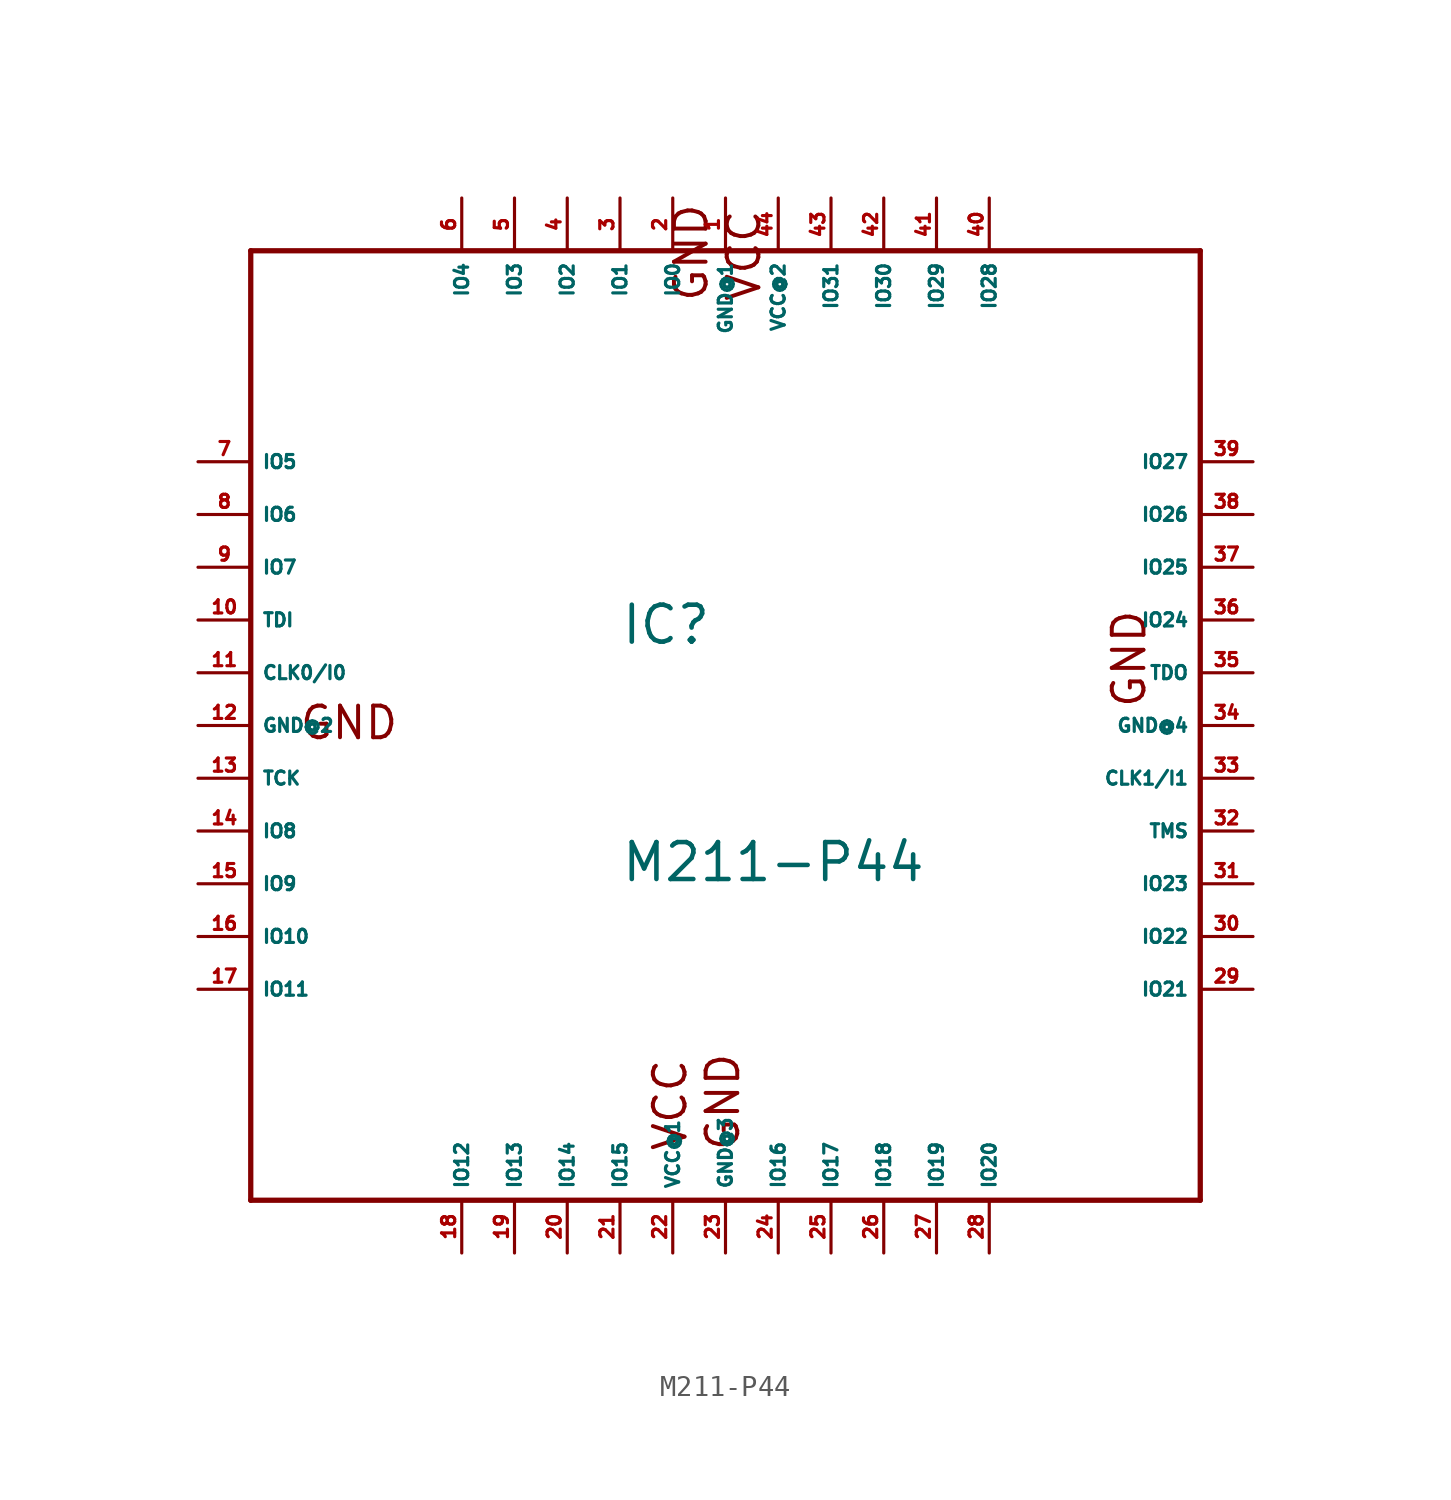
<source format=kicad_sym>
(kicad_symbol_lib
  (version 20220914)
  (generator Eagle2Kicad)
  (symbol "M211-P44"
    (property "Reference" "IC"
      (at -5.08 3.81 0)
      (effects (font (size 1.778 1.778) (thickness 0.22)) (justify left bottom)))
    (property "Value" "M211-P44"
      (at -5.08 -7.62 0)
      (effects (font (size 1.778 1.778) (thickness 0.22)) (justify left bottom)))
    (polyline
      (pts (xy -22.86 22.86) (xy -22.86 -22.86))
      (stroke (width 0.254) (type default))
      (fill (type none)))
    (polyline
      (pts (xy -22.86 -22.86) (xy 22.86 -22.86))
      (stroke (width 0.254) (type default))
      (fill (type none)))
    (polyline
      (pts (xy 22.86 -22.86) (xy 22.86 22.86))
      (stroke (width 0.254) (type default))
      (fill (type none)))
    (polyline
      (pts (xy 22.86 22.86) (xy -22.86 22.86))
      (stroke (width 0.254) (type default))
      (fill (type none)))
    (text "GND"
      (at -20.574 -0.762 0)
      (effects (font (size 1.524 1.524) (thickness 0.19)) (justify left bottom)))
    (text "GND"
      (at 0.762 -20.574 900)
      (effects (font (size 1.524 1.524) (thickness 0.19)) (justify left bottom)))
    (text "GND"
      (at 20.32 0.762 1800)
      (effects (font (size 1.524 1.524) (thickness 0.19)) (justify left bottom)))
    (text "GND"
      (at -0.762 20.32 2700)
      (effects (font (size 1.524 1.524) (thickness 0.19)) (justify left bottom)))
    (text "VCC"
      (at 1.778 20.32 2700)
      (effects (font (size 1.524 1.524) (thickness 0.19)) (justify left bottom)))
    (text "VCC"
      (at -1.778 -20.574 900)
      (effects (font (size 1.524 1.524) (thickness 0.19)) (justify left bottom)))
    (pin input line
      (at -25.4 2.54 0)
      (length 2.54)
      (name "CLK0/I0" (effects (font (size 0.635 0.635) (thickness 0.08)) (justify left bottom)))
      (number "11" (effects (font (size 0.635 0.635) (thickness 0.08)) (justify left bottom))))
    (pin input line
      (at 25.4 -2.54 180)
      (length 2.54)
      (name "CLK1/I1" (effects (font (size 0.635 0.635) (thickness 0.08)) (justify left bottom)))
      (number "33" (effects (font (size 0.635 0.635) (thickness 0.08)) (justify left bottom))))
    (pin input line
      (at -25.4 5.08 0)
      (length 2.54)
      (name "TDI" (effects (font (size 0.635 0.635) (thickness 0.08)) (justify left bottom)))
      (number "10" (effects (font (size 0.635 0.635) (thickness 0.08)) (justify left bottom))))
    (pin input line
      (at -25.4 -2.54 0)
      (length 2.54)
      (name "TCK" (effects (font (size 0.635 0.635) (thickness 0.08)) (justify left bottom)))
      (number "13" (effects (font (size 0.635 0.635) (thickness 0.08)) (justify left bottom))))
    (pin input line
      (at 25.4 -5.08 180)
      (length 2.54)
      (name "TMS" (effects (font (size 0.635 0.635) (thickness 0.08)) (justify left bottom)))
      (number "32" (effects (font (size 0.635 0.635) (thickness 0.08)) (justify left bottom))))
    (pin output line
      (at 25.4 2.54 180)
      (length 2.54)
      (name "TDO" (effects (font (size 0.635 0.635) (thickness 0.08)) (justify left bottom)))
      (number "35" (effects (font (size 0.635 0.635) (thickness 0.08)) (justify left bottom))))
    (pin bidirectional line
      (at -2.54 25.4 270)
      (length 2.54)
      (name "IO0" (effects (font (size 0.635 0.635) (thickness 0.08)) (justify left bottom)))
      (number "2" (effects (font (size 0.635 0.635) (thickness 0.08)) (justify left bottom))))
    (pin bidirectional line
      (at -5.08 25.4 270)
      (length 2.54)
      (name "IO1" (effects (font (size 0.635 0.635) (thickness 0.08)) (justify left bottom)))
      (number "3" (effects (font (size 0.635 0.635) (thickness 0.08)) (justify left bottom))))
    (pin bidirectional line
      (at -7.62 25.4 270)
      (length 2.54)
      (name "IO2" (effects (font (size 0.635 0.635) (thickness 0.08)) (justify left bottom)))
      (number "4" (effects (font (size 0.635 0.635) (thickness 0.08)) (justify left bottom))))
    (pin bidirectional line
      (at -10.16 25.4 270)
      (length 2.54)
      (name "IO3" (effects (font (size 0.635 0.635) (thickness 0.08)) (justify left bottom)))
      (number "5" (effects (font (size 0.635 0.635) (thickness 0.08)) (justify left bottom))))
    (pin bidirectional line
      (at -12.7 25.4 270)
      (length 2.54)
      (name "IO4" (effects (font (size 0.635 0.635) (thickness 0.08)) (justify left bottom)))
      (number "6" (effects (font (size 0.635 0.635) (thickness 0.08)) (justify left bottom))))
    (pin bidirectional line
      (at -25.4 12.7 0)
      (length 2.54)
      (name "IO5" (effects (font (size 0.635 0.635) (thickness 0.08)) (justify left bottom)))
      (number "7" (effects (font (size 0.635 0.635) (thickness 0.08)) (justify left bottom))))
    (pin bidirectional line
      (at -25.4 10.16 0)
      (length 2.54)
      (name "IO6" (effects (font (size 0.635 0.635) (thickness 0.08)) (justify left bottom)))
      (number "8" (effects (font (size 0.635 0.635) (thickness 0.08)) (justify left bottom))))
    (pin bidirectional line
      (at -25.4 7.62 0)
      (length 2.54)
      (name "IO7" (effects (font (size 0.635 0.635) (thickness 0.08)) (justify left bottom)))
      (number "9" (effects (font (size 0.635 0.635) (thickness 0.08)) (justify left bottom))))
    (pin bidirectional line
      (at -25.4 -5.08 0)
      (length 2.54)
      (name "IO8" (effects (font (size 0.635 0.635) (thickness 0.08)) (justify left bottom)))
      (number "14" (effects (font (size 0.635 0.635) (thickness 0.08)) (justify left bottom))))
    (pin bidirectional line
      (at -25.4 -7.62 0)
      (length 2.54)
      (name "IO9" (effects (font (size 0.635 0.635) (thickness 0.08)) (justify left bottom)))
      (number "15" (effects (font (size 0.635 0.635) (thickness 0.08)) (justify left bottom))))
    (pin bidirectional line
      (at -25.4 -10.16 0)
      (length 2.54)
      (name "IO10" (effects (font (size 0.635 0.635) (thickness 0.08)) (justify left bottom)))
      (number "16" (effects (font (size 0.635 0.635) (thickness 0.08)) (justify left bottom))))
    (pin bidirectional line
      (at -25.4 -12.7 0)
      (length 2.54)
      (name "IO11" (effects (font (size 0.635 0.635) (thickness 0.08)) (justify left bottom)))
      (number "17" (effects (font (size 0.635 0.635) (thickness 0.08)) (justify left bottom))))
    (pin bidirectional line
      (at -12.7 -25.4 90)
      (length 2.54)
      (name "IO12" (effects (font (size 0.635 0.635) (thickness 0.08)) (justify left bottom)))
      (number "18" (effects (font (size 0.635 0.635) (thickness 0.08)) (justify left bottom))))
    (pin bidirectional line
      (at -10.16 -25.4 90)
      (length 2.54)
      (name "IO13" (effects (font (size 0.635 0.635) (thickness 0.08)) (justify left bottom)))
      (number "19" (effects (font (size 0.635 0.635) (thickness 0.08)) (justify left bottom))))
    (pin bidirectional line
      (at -7.62 -25.4 90)
      (length 2.54)
      (name "IO14" (effects (font (size 0.635 0.635) (thickness 0.08)) (justify left bottom)))
      (number "20" (effects (font (size 0.635 0.635) (thickness 0.08)) (justify left bottom))))
    (pin bidirectional line
      (at -5.08 -25.4 90)
      (length 2.54)
      (name "IO15" (effects (font (size 0.635 0.635) (thickness 0.08)) (justify left bottom)))
      (number "21" (effects (font (size 0.635 0.635) (thickness 0.08)) (justify left bottom))))
    (pin bidirectional line
      (at 2.54 -25.4 90)
      (length 2.54)
      (name "IO16" (effects (font (size 0.635 0.635) (thickness 0.08)) (justify left bottom)))
      (number "24" (effects (font (size 0.635 0.635) (thickness 0.08)) (justify left bottom))))
    (pin bidirectional line
      (at 5.08 -25.4 90)
      (length 2.54)
      (name "IO17" (effects (font (size 0.635 0.635) (thickness 0.08)) (justify left bottom)))
      (number "25" (effects (font (size 0.635 0.635) (thickness 0.08)) (justify left bottom))))
    (pin bidirectional line
      (at 7.62 -25.4 90)
      (length 2.54)
      (name "IO18" (effects (font (size 0.635 0.635) (thickness 0.08)) (justify left bottom)))
      (number "26" (effects (font (size 0.635 0.635) (thickness 0.08)) (justify left bottom))))
    (pin bidirectional line
      (at 10.16 -25.4 90)
      (length 2.54)
      (name "IO19" (effects (font (size 0.635 0.635) (thickness 0.08)) (justify left bottom)))
      (number "27" (effects (font (size 0.635 0.635) (thickness 0.08)) (justify left bottom))))
    (pin bidirectional line
      (at 12.7 -25.4 90)
      (length 2.54)
      (name "IO20" (effects (font (size 0.635 0.635) (thickness 0.08)) (justify left bottom)))
      (number "28" (effects (font (size 0.635 0.635) (thickness 0.08)) (justify left bottom))))
    (pin bidirectional line
      (at 25.4 -12.7 180)
      (length 2.54)
      (name "IO21" (effects (font (size 0.635 0.635) (thickness 0.08)) (justify left bottom)))
      (number "29" (effects (font (size 0.635 0.635) (thickness 0.08)) (justify left bottom))))
    (pin bidirectional line
      (at 25.4 -10.16 180)
      (length 2.54)
      (name "IO22" (effects (font (size 0.635 0.635) (thickness 0.08)) (justify left bottom)))
      (number "30" (effects (font (size 0.635 0.635) (thickness 0.08)) (justify left bottom))))
    (pin bidirectional line
      (at 25.4 -7.62 180)
      (length 2.54)
      (name "IO23" (effects (font (size 0.635 0.635) (thickness 0.08)) (justify left bottom)))
      (number "31" (effects (font (size 0.635 0.635) (thickness 0.08)) (justify left bottom))))
    (pin bidirectional line
      (at 25.4 5.08 180)
      (length 2.54)
      (name "IO24" (effects (font (size 0.635 0.635) (thickness 0.08)) (justify left bottom)))
      (number "36" (effects (font (size 0.635 0.635) (thickness 0.08)) (justify left bottom))))
    (pin bidirectional line
      (at 25.4 7.62 180)
      (length 2.54)
      (name "IO25" (effects (font (size 0.635 0.635) (thickness 0.08)) (justify left bottom)))
      (number "37" (effects (font (size 0.635 0.635) (thickness 0.08)) (justify left bottom))))
    (pin bidirectional line
      (at 25.4 10.16 180)
      (length 2.54)
      (name "IO26" (effects (font (size 0.635 0.635) (thickness 0.08)) (justify left bottom)))
      (number "38" (effects (font (size 0.635 0.635) (thickness 0.08)) (justify left bottom))))
    (pin bidirectional line
      (at 25.4 12.7 180)
      (length 2.54)
      (name "IO27" (effects (font (size 0.635 0.635) (thickness 0.08)) (justify left bottom)))
      (number "39" (effects (font (size 0.635 0.635) (thickness 0.08)) (justify left bottom))))
    (pin bidirectional line
      (at 12.7 25.4 270)
      (length 2.54)
      (name "IO28" (effects (font (size 0.635 0.635) (thickness 0.08)) (justify left bottom)))
      (number "40" (effects (font (size 0.635 0.635) (thickness 0.08)) (justify left bottom))))
    (pin bidirectional line
      (at 10.16 25.4 270)
      (length 2.54)
      (name "IO29" (effects (font (size 0.635 0.635) (thickness 0.08)) (justify left bottom)))
      (number "41" (effects (font (size 0.635 0.635) (thickness 0.08)) (justify left bottom))))
    (pin bidirectional line
      (at 7.62 25.4 270)
      (length 2.54)
      (name "IO30" (effects (font (size 0.635 0.635) (thickness 0.08)) (justify left bottom)))
      (number "42" (effects (font (size 0.635 0.635) (thickness 0.08)) (justify left bottom))))
    (pin bidirectional line
      (at 5.08 25.4 270)
      (length 2.54)
      (name "IO31" (effects (font (size 0.635 0.635) (thickness 0.08)) (justify left bottom)))
      (number "43" (effects (font (size 0.635 0.635) (thickness 0.08)) (justify left bottom))))
    (pin unspecified line
      (at 0 25.4 270)
      (length 2.54)
      (name "GND@1" (effects (font (size 0.635 0.635) (thickness 0.08)) (justify left bottom)))
      (number "1" (effects (font (size 0.635 0.635) (thickness 0.08)) (justify left bottom))))
    (pin unspecified line
      (at -25.4 0 0)
      (length 2.54)
      (name "GND@2" (effects (font (size 0.635 0.635) (thickness 0.08)) (justify left bottom)))
      (number "12" (effects (font (size 0.635 0.635) (thickness 0.08)) (justify left bottom))))
    (pin unspecified line
      (at 0 -25.4 90)
      (length 2.54)
      (name "GND@3" (effects (font (size 0.635 0.635) (thickness 0.08)) (justify left bottom)))
      (number "23" (effects (font (size 0.635 0.635) (thickness 0.08)) (justify left bottom))))
    (pin unspecified line
      (at 25.4 0 180)
      (length 2.54)
      (name "GND@4" (effects (font (size 0.635 0.635) (thickness 0.08)) (justify left bottom)))
      (number "34" (effects (font (size 0.635 0.635) (thickness 0.08)) (justify left bottom))))
    (pin unspecified line
      (at -2.54 -25.4 90)
      (length 2.54)
      (name "VCC@1" (effects (font (size 0.635 0.635) (thickness 0.08)) (justify left bottom)))
      (number "22" (effects (font (size 0.635 0.635) (thickness 0.08)) (justify left bottom))))
    (pin unspecified line
      (at 2.54 25.4 270)
      (length 2.54)
      (name "VCC@2" (effects (font (size 0.635 0.635) (thickness 0.08)) (justify left bottom)))
      (number "44" (effects (font (size 0.635 0.635) (thickness 0.08)) (justify left bottom))))))
</source>
